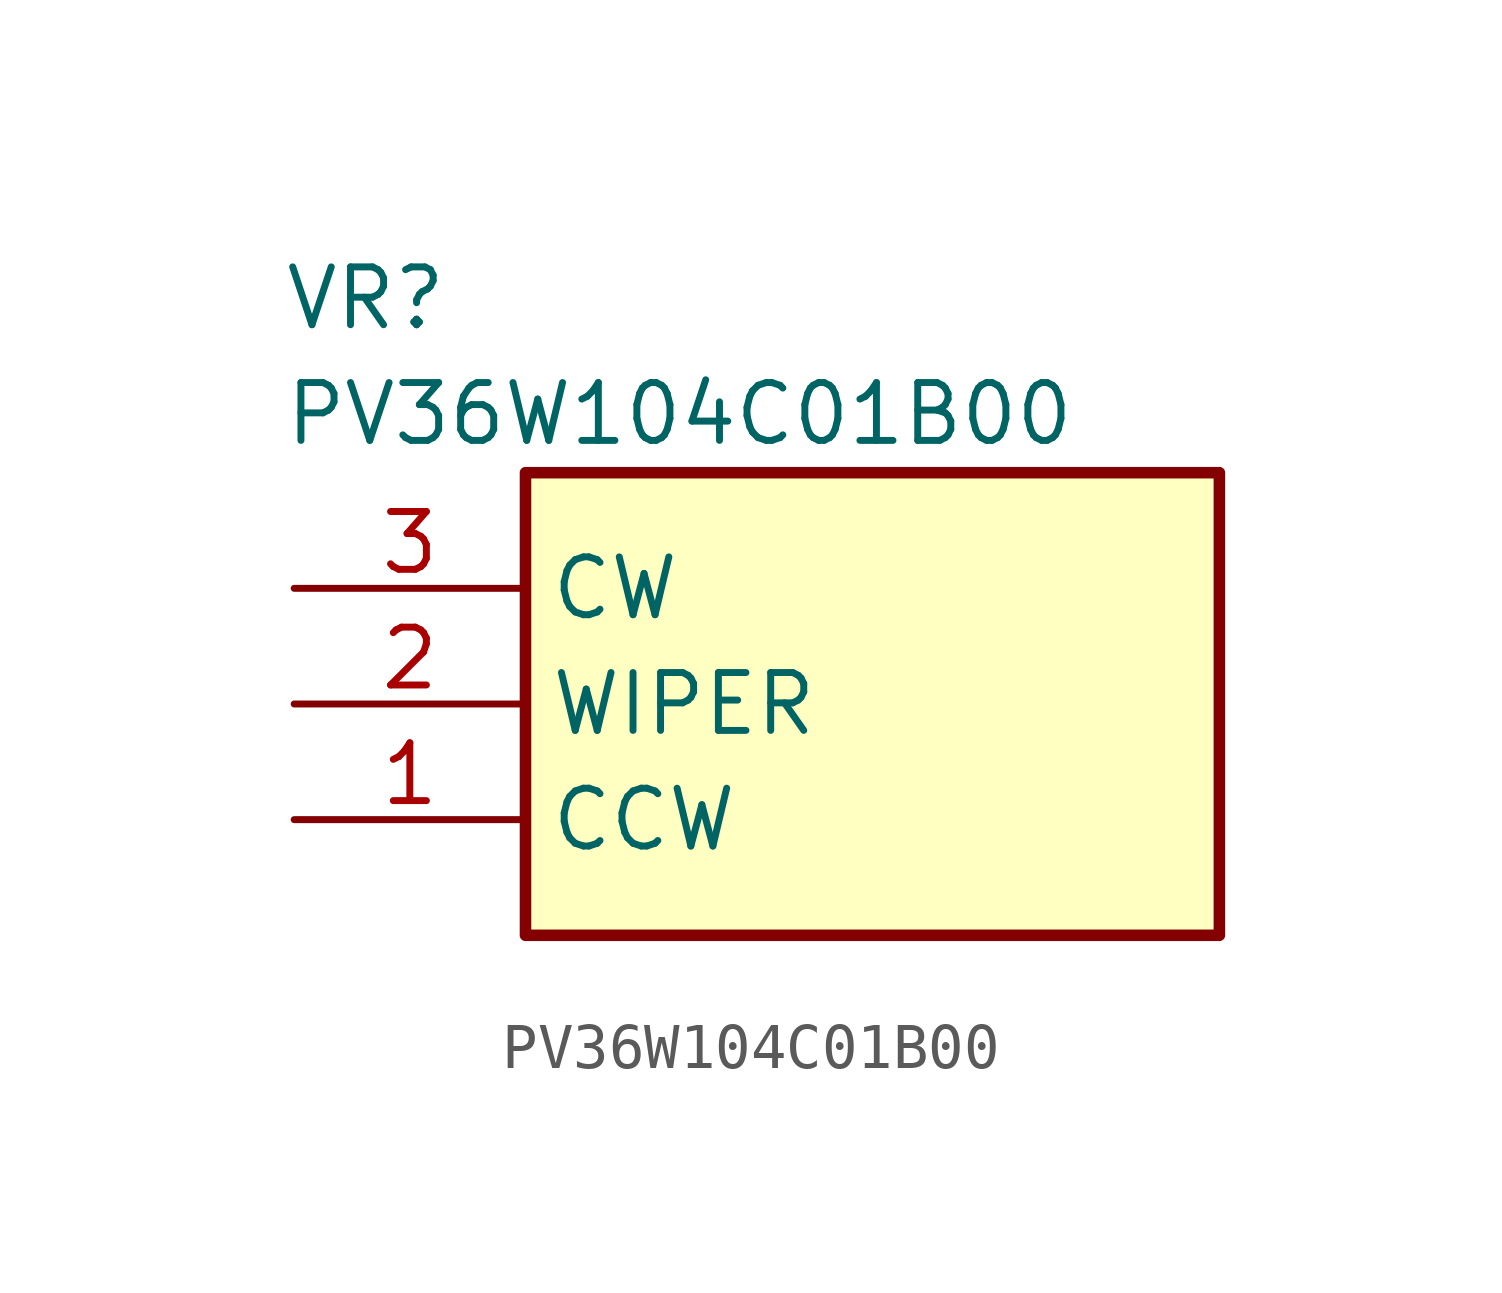
<source format=kicad_sym>
(kicad_symbol_lib
  (version 20231120)
  (generator "kicad_symbol_editor")
  (generator_version "8.0")
  (symbol "PV36W104C01B00"
    (property "Reference" "VR"
      (at -0.254 7.112 0)
      (effects (font (size 1.27 1.27)) (justify left top)))
    (property "Value" "PV36W104C01B00"
      (at -0.254 4.572 0)
      (effects (font (size 1.27 1.27)) (justify left top)))
    (symbol "PV36W104C01B00_1_1"
      (rectangle (start 5.08 2.54) (end 20.32 -7.62) (stroke (width 0.254) (type default)) (fill (type background)))
      (pin passive line (at 0 -5.08 0) (length 5.08) (name "CCW" (effects (font (size 1.27 1.27)))) (number "1" (effects (font (size 1.27 1.27)))))
      (pin passive line (at 0 -2.54 0) (length 5.08) (name "WIPER" (effects (font (size 1.27 1.27)))) (number "2" (effects (font (size 1.27 1.27)))))
      (pin passive line (at 0 0 0) (length 5.08) (name "CW" (effects (font (size 1.27 1.27)))) (number "3" (effects (font (size 1.27 1.27))))))))
</source>
